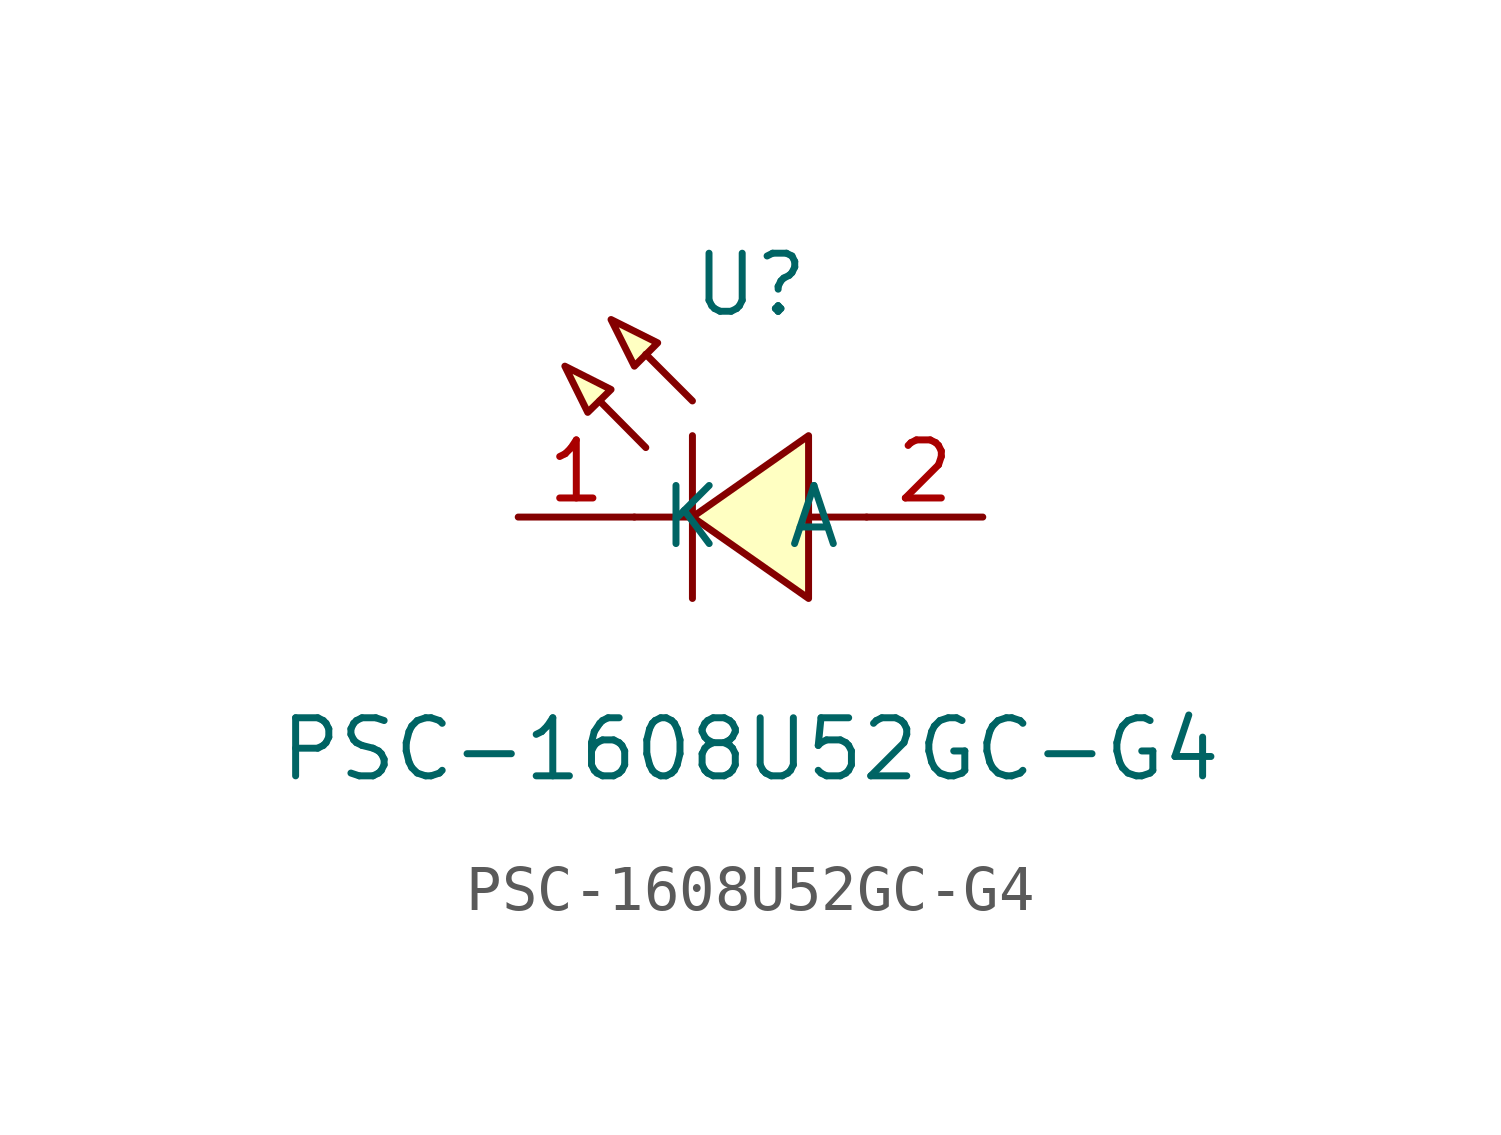
<source format=kicad_sym>
(kicad_symbol_lib
  (version 20211014)
  (generator https://github.com/uPesy/easyeda2kicad.py)
  (symbol "PSC-1608U52GC-G4"
    (property "Reference" "U"
      (at 0 7.62 0)
      (effects (font (size 1.27 1.27))))
    (property "Value" "PSC-1608U52GC-G4"
      (at 0 -2.54 0)
      (effects (font (size 1.27 1.27))))
    (symbol "PSC-1608U52GC-G4_0_1"
      (polyline (pts (xy -4.06 5.84) (xy -3.05 5.33) (xy -3.56 4.83) (xy -4.06 5.84)) (stroke (width 0) (type default) (color 0 0 0 0)) (fill (type background)))
      (polyline (pts (xy -3.05 6.86) (xy -2.03 6.35) (xy -2.54 5.84) (xy -3.05 6.86)) (stroke (width 0) (type default) (color 0 0 0 0)) (fill (type background)))
      (polyline (pts (xy 1.27 4.32) (xy -1.27 2.54) (xy 1.27 0.76) (xy 1.27 4.32)) (stroke (width 0) (type default) (color 0 0 0 0)) (fill (type background)))
      (polyline (pts (xy -2.29 4.06) (xy -3.30 5.08) (xy -2.29 4.06)) (stroke (width 0) (type default) (color 0 0 0 0)) (fill (type background)))
      (polyline (pts (xy -1.27 5.08) (xy -2.29 6.10) (xy -1.27 5.08)) (stroke (width 0) (type default) (color 0 0 0 0)) (fill (type background)))
      (polyline (pts (xy -1.27 2.54) (xy -2.54 2.54)) (stroke (width 0) (type default) (color 0 0 0 0)) (fill (type none)))
      (polyline (pts (xy 2.54 2.54) (xy 1.27 2.54)) (stroke (width 0) (type default) (color 0 0 0 0)) (fill (type none)))
      (polyline (pts (xy -1.27 4.32) (xy -1.27 0.76)) (stroke (width 0) (type default) (color 0 0 0 0)) (fill (type none)))
      (pin unspecified line (at -5.08 2.54 0) (length 2.54) (name "K" (effects (font (size 1.27 1.27)))) (number "1" (effects (font (size 1.27 1.27)))))
      (pin unspecified line (at 5.08 2.54 180) (length 2.54) (name "A" (effects (font (size 1.27 1.27)))) (number "2" (effects (font (size 1.27 1.27))))))))
</source>
